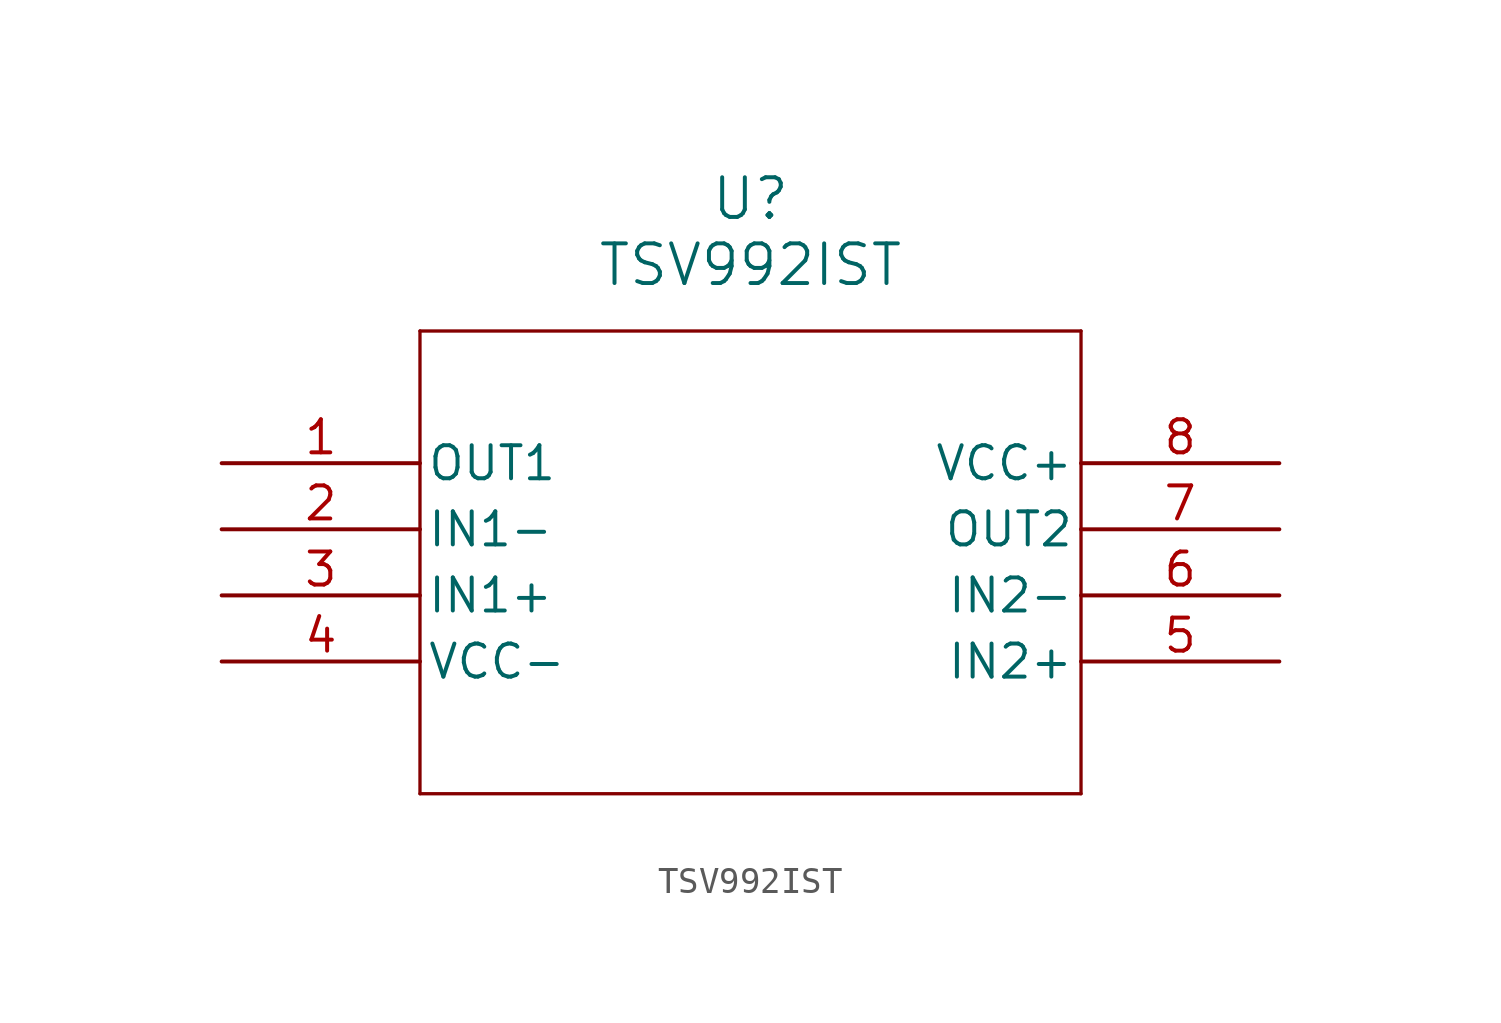
<source format=kicad_sym>
(kicad_symbol_lib
  (version 20211014)
  (generator kicad_symbol_editor)
  (symbol "TSV992IST"
    (pin_names
      (offset 0.254))
    (property "Reference" "U"
      (at 20.32 10.16 0)
      (effects (font (size 1.524 1.524))))
    (property "Value" "TSV992IST"
      (at 20.32 7.62 0)
      (effects (font (size 1.524 1.524))))
    (symbol "TSV992IST_0_1"
      (polyline (pts (xy 7.62 5.08) (xy 7.62 -12.7)) (stroke (width 0.127) (type default) (color 0 0 0 0)) (fill (type none)))
      (polyline (pts (xy 7.62 -12.7) (xy 33.02 -12.7)) (stroke (width 0.127) (type default) (color 0 0 0 0)) (fill (type none)))
      (polyline (pts (xy 33.02 -12.7) (xy 33.02 5.08)) (stroke (width 0.127) (type default) (color 0 0 0 0)) (fill (type none)))
      (polyline (pts (xy 33.02 5.08) (xy 7.62 5.08)) (stroke (width 0.127) (type default) (color 0 0 0 0)) (fill (type none)))
      (pin output line (at 0 0 0) (length 7.62) (name "OUT1" (effects (font (size 1.27 1.27)))) (number "1" (effects (font (size 1.27 1.27)))))
      (pin input line (at 0 -2.54 0) (length 7.62) (name "IN1-" (effects (font (size 1.27 1.27)))) (number "2" (effects (font (size 1.27 1.27)))))
      (pin input line (at 0 -5.08 0) (length 7.62) (name "IN1+" (effects (font (size 1.27 1.27)))) (number "3" (effects (font (size 1.27 1.27)))))
      (pin power_in line (at 0 -7.62 0) (length 7.62) (name "VCC-" (effects (font (size 1.27 1.27)))) (number "4" (effects (font (size 1.27 1.27)))))
      (pin input line (at 40.64 -7.62 180) (length 7.62) (name "IN2+" (effects (font (size 1.27 1.27)))) (number "5" (effects (font (size 1.27 1.27)))))
      (pin input line (at 40.64 -5.08 180) (length 7.62) (name "IN2-" (effects (font (size 1.27 1.27)))) (number "6" (effects (font (size 1.27 1.27)))))
      (pin output line (at 40.64 -2.54 180) (length 7.62) (name "OUT2" (effects (font (size 1.27 1.27)))) (number "7" (effects (font (size 1.27 1.27)))))
      (pin power_in line (at 40.64 0 180) (length 7.62) (name "VCC+" (effects (font (size 1.27 1.27)))) (number "8" (effects (font (size 1.27 1.27))))))))
</source>
